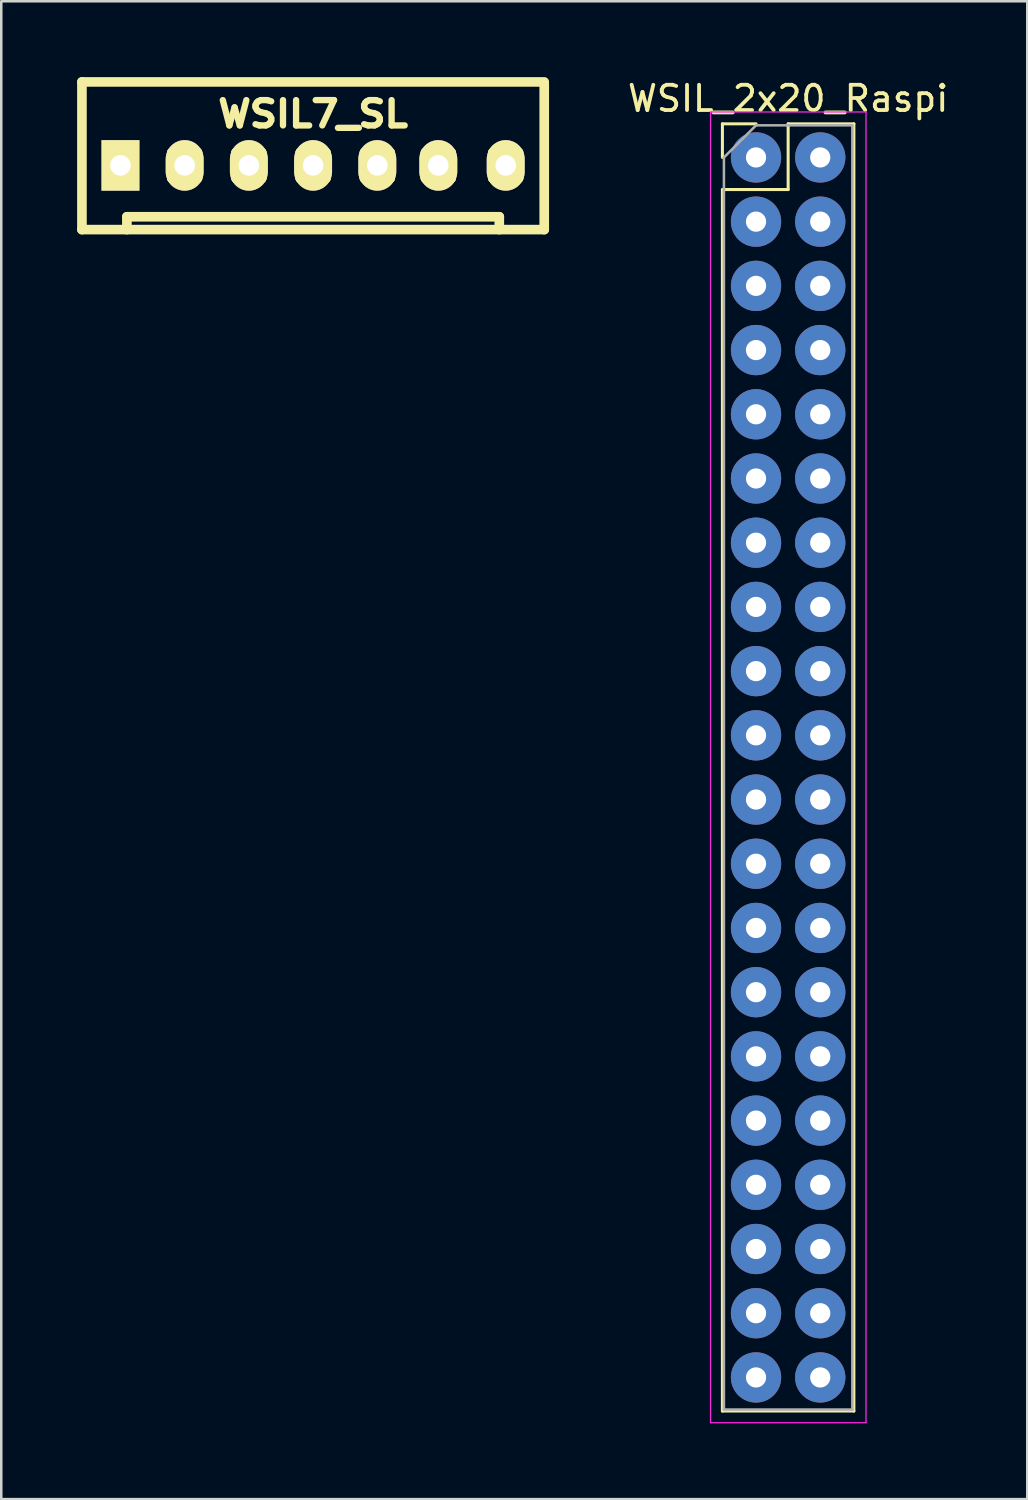
<source format=kicad_pcb>
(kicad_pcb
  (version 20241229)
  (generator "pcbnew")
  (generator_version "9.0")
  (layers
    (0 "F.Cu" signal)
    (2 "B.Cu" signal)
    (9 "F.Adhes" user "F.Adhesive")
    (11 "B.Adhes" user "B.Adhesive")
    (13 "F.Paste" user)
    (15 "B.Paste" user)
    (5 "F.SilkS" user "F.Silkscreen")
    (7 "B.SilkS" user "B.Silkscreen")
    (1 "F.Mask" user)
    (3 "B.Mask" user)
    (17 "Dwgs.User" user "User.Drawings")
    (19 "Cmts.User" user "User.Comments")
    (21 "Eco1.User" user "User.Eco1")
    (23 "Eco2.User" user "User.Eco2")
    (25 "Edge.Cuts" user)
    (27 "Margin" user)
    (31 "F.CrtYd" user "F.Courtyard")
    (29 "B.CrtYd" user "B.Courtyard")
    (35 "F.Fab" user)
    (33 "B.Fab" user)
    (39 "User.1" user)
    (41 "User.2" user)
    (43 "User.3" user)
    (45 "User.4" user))
  (footprint "WSIL_2x20_Raspi"
    (layer "F.Cu")
    (at 26.857 3.178)
    (property "Reference" "WSIL_2x20_Raspi" (at 1.27 -2.33 0) (layer "F.SilkS") (effects (font (size 1 1) (thickness 0.15))))
    (attr through_hole)
    (fp_line (start -1.33 -1.33) (end 0 -1.33) (stroke (width 0.12) (type solid)) (layer "F.SilkS"))
    (fp_line (start -1.33 0) (end -1.33 -1.33) (stroke (width 0.12) (type solid)) (layer "F.SilkS"))
    (fp_line (start -1.33 1.27) (end -1.33 49.59) (stroke (width 0.12) (type solid)) (layer "F.SilkS"))
    (fp_line (start -1.33 1.27) (end 1.27 1.27) (stroke (width 0.12) (type solid)) (layer "F.SilkS"))
    (fp_line (start -1.33 49.59) (end 3.87 49.59) (stroke (width 0.12) (type solid)) (layer "F.SilkS"))
    (fp_line (start 1.27 -1.33) (end 3.87 -1.33) (stroke (width 0.12) (type solid)) (layer "F.SilkS"))
    (fp_line (start 1.27 1.27) (end 1.27 -1.33) (stroke (width 0.12) (type solid)) (layer "F.SilkS"))
    (fp_line (start 3.87 -1.33) (end 3.87 49.59) (stroke (width 0.12) (type solid)) (layer "F.SilkS"))
    (fp_line (start -1.8 -1.8) (end -1.8 50.05) (stroke (width 0.05) (type solid)) (layer "F.CrtYd"))
    (fp_line (start -1.8 50.05) (end 4.35 50.05) (stroke (width 0.05) (type solid)) (layer "F.CrtYd"))
    (fp_line (start 4.35 -1.8) (end -1.8 -1.8) (stroke (width 0.05) (type solid)) (layer "F.CrtYd"))
    (fp_line (start 4.35 50.05) (end 4.35 -1.8) (stroke (width 0.05) (type solid)) (layer "F.CrtYd"))
    (fp_line (start -1.27 0) (end 0 -1.27) (stroke (width 0.1) (type solid)) (layer "F.Fab"))
    (fp_line (start -1.27 49.53) (end -1.27 0) (stroke (width 0.1) (type solid)) (layer "F.Fab"))
    (fp_line (start 0 -1.27) (end 3.81 -1.27) (stroke (width 0.1) (type solid)) (layer "F.Fab"))
    (fp_line (start 3.81 -1.27) (end 3.81 49.53) (stroke (width 0.1) (type solid)) (layer "F.Fab"))
    (fp_line (start 3.81 49.53) (end -1.27 49.53) (stroke (width 0.1) (type solid)) (layer "F.Fab"))
    (pad "1" thru_hole circle (at 0 0) (size 1.99 1.99) (drill 0.8) (layers "*.Cu" "*.Mask"))
    (pad "2" thru_hole circle (at 2.54 0) (size 1.99 1.99) (drill 0.8) (layers "*.Cu" "*.Mask"))
    (pad "3" thru_hole circle (at 0 2.54) (size 1.99 1.99) (drill 0.8) (layers "*.Cu" "*.Mask"))
    (pad "4" thru_hole circle (at 2.54 2.54) (size 1.99 1.99) (drill 0.8) (layers "*.Cu" "*.Mask"))
    (pad "5" thru_hole circle (at 0 5.08) (size 1.99 1.99) (drill 0.8) (layers "*.Cu" "*.Mask"))
    (pad "6" thru_hole circle (at 2.54 5.08) (size 1.99 1.99) (drill 0.8) (layers "*.Cu" "*.Mask"))
    (pad "7" thru_hole circle (at 0 7.62) (size 1.99 1.99) (drill 0.8) (layers "*.Cu" "*.Mask"))
    (pad "8" thru_hole circle (at 2.54 7.62) (size 1.99 1.99) (drill 0.8) (layers "*.Cu" "*.Mask"))
    (pad "9" thru_hole circle (at 0 10.16) (size 1.99 1.99) (drill 0.8) (layers "*.Cu" "*.Mask"))
    (pad "10" thru_hole circle (at 2.54 10.16) (size 1.99 1.99) (drill 0.8) (layers "*.Cu" "*.Mask"))
    (pad "11" thru_hole circle (at 0 12.7) (size 1.99 1.99) (drill 0.8) (layers "*.Cu" "*.Mask"))
    (pad "12" thru_hole circle (at 2.54 12.7) (size 1.99 1.99) (drill 0.8) (layers "*.Cu" "*.Mask"))
    (pad "13" thru_hole circle (at 0 15.24) (size 1.99 1.99) (drill 0.8) (layers "*.Cu" "*.Mask"))
    (pad "14" thru_hole circle (at 2.54 15.24) (size 1.99 1.99) (drill 0.8) (layers "*.Cu" "*.Mask"))
    (pad "15" thru_hole circle (at 0 17.78) (size 1.99 1.99) (drill 0.8) (layers "*.Cu" "*.Mask"))
    (pad "16" thru_hole circle (at 2.54 17.78) (size 1.99 1.99) (drill 0.8) (layers "*.Cu" "*.Mask"))
    (pad "17" thru_hole circle (at 0 20.32) (size 1.99 1.99) (drill 0.8) (layers "*.Cu" "*.Mask"))
    (pad "18" thru_hole circle (at 2.54 20.32) (size 1.99 1.99) (drill 0.8) (layers "*.Cu" "*.Mask"))
    (pad "19" thru_hole circle (at 0 22.86) (size 1.99 1.99) (drill 0.8) (layers "*.Cu" "*.Mask"))
    (pad "20" thru_hole circle (at 2.54 22.86) (size 1.99 1.99) (drill 0.8) (layers "*.Cu" "*.Mask"))
    (pad "21" thru_hole circle (at 0 25.4) (size 1.99 1.99) (drill 0.8) (layers "*.Cu" "*.Mask"))
    (pad "22" thru_hole circle (at 2.54 25.4) (size 1.99 1.99) (drill 0.8) (layers "*.Cu" "*.Mask"))
    (pad "23" thru_hole circle (at 0 27.94) (size 1.99 1.99) (drill 0.8) (layers "*.Cu" "*.Mask"))
    (pad "24" thru_hole circle (at 2.54 27.94) (size 1.99 1.99) (drill 0.8) (layers "*.Cu" "*.Mask"))
    (pad "25" thru_hole circle (at 0 30.48) (size 1.99 1.99) (drill 0.8) (layers "*.Cu" "*.Mask"))
    (pad "26" thru_hole circle (at 2.54 30.48) (size 1.99 1.99) (drill 0.8) (layers "*.Cu" "*.Mask"))
    (pad "27" thru_hole circle (at 0 33.02) (size 1.99 1.99) (drill 0.8) (layers "*.Cu" "*.Mask"))
    (pad "28" thru_hole circle (at 2.54 33.02) (size 1.99 1.99) (drill 0.8) (layers "*.Cu" "*.Mask"))
    (pad "29" thru_hole circle (at 0 35.56) (size 1.99 1.99) (drill 0.8) (layers "*.Cu" "*.Mask"))
    (pad "30" thru_hole circle (at 2.54 35.56) (size 1.99 1.99) (drill 0.8) (layers "*.Cu" "*.Mask"))
    (pad "31" thru_hole circle (at 0 38.1) (size 1.99 1.99) (drill 0.8) (layers "*.Cu" "*.Mask"))
    (pad "32" thru_hole circle (at 2.54 38.1) (size 1.99 1.99) (drill 0.8) (layers "*.Cu" "*.Mask"))
    (pad "33" thru_hole circle (at 0 40.64) (size 1.99 1.99) (drill 0.8) (layers "*.Cu" "*.Mask"))
    (pad "34" thru_hole circle (at 2.54 40.64) (size 1.99 1.99) (drill 0.8) (layers "*.Cu" "*.Mask"))
    (pad "35" thru_hole circle (at 0 43.18) (size 1.99 1.99) (drill 0.8) (layers "*.Cu" "*.Mask"))
    (pad "36" thru_hole circle (at 2.54 43.18) (size 1.99 1.99) (drill 0.8) (layers "*.Cu" "*.Mask"))
    (pad "37" thru_hole circle (at 0 45.72) (size 1.99 1.99) (drill 0.8) (layers "*.Cu" "*.Mask"))
    (pad "38" thru_hole circle (at 2.54 45.72) (size 1.99 1.99) (drill 0.8) (layers "*.Cu" "*.Mask"))
    (pad "39" thru_hole circle (at 0 48.26) (size 1.99 1.99) (drill 0.8) (layers "*.Cu" "*.Mask"))
    (pad "40" thru_hole circle (at 2.54 48.26) (size 1.99 1.99) (drill 0.8) (layers "*.Cu" "*.Mask")))
  (footprint "WSIL7_SL"
    (layer "F.Cu")
    (at 9.335 3.493)
    (property "Reference" "WSIL7_SL" (at 0 -2.032 0) (layer "F.SilkS") (effects (font (size 1.001 1.087) (thickness 0.25))))
    (attr through_hole)
    (fp_line (start -9.144 -3.302) (end 9.144 -3.302) (stroke (width 0.381) (type solid)) (layer "F.SilkS"))
    (fp_line (start -9.144 2.54) (end -9.144 -3.302) (stroke (width 0.381) (type solid)) (layer "F.SilkS"))
    (fp_line (start -8.128 -0.508) (end -8.128 0.508) (stroke (width 0.381) (type solid)) (layer "F.SilkS"))
    (fp_line (start -8.128 0.508) (end -7.112 0.508) (stroke (width 0.381) (type solid)) (layer "F.SilkS"))
    (fp_line (start -7.366 2.032) (end 7.366 2.032) (stroke (width 0.381) (type solid)) (layer "F.SilkS"))
    (fp_line (start -7.366 2.54) (end -7.366 2.032) (stroke (width 0.381) (type solid)) (layer "F.SilkS"))
    (fp_line (start -7.112 -0.508) (end -8.128 -0.508) (stroke (width 0.381) (type solid)) (layer "F.SilkS"))
    (fp_line (start -7.112 0.508) (end -7.112 -0.508) (stroke (width 0.381) (type solid)) (layer "F.SilkS"))
    (fp_line (start -5.588 -0.508) (end -5.588 0.508) (stroke (width 0.381) (type solid)) (layer "F.SilkS"))
    (fp_line (start -5.588 -0.508) (end -4.572 -0.508) (stroke (width 0.381) (type solid)) (layer "F.SilkS"))
    (fp_line (start -4.572 -0.508) (end -4.572 0.508) (stroke (width 0.381) (type solid)) (layer "F.SilkS"))
    (fp_line (start -4.572 0.508) (end -5.588 0.508) (stroke (width 0.381) (type solid)) (layer "F.SilkS"))
    (fp_line (start -3.048 -0.508) (end -3.048 0.508) (stroke (width 0.381) (type solid)) (layer "F.SilkS"))
    (fp_line (start -3.048 0.508) (end -2.032 0.508) (stroke (width 0.381) (type solid)) (layer "F.SilkS"))
    (fp_line (start -2.032 -0.508) (end -3.048 -0.508) (stroke (width 0.381) (type solid)) (layer "F.SilkS"))
    (fp_line (start -2.032 0.508) (end -2.032 -0.508) (stroke (width 0.381) (type solid)) (layer "F.SilkS"))
    (fp_line (start -0.508 -0.508) (end -0.508 0.508) (stroke (width 0.381) (type solid)) (layer "F.SilkS"))
    (fp_line (start -0.508 0.508) (end 0.508 0.508) (stroke (width 0.381) (type solid)) (layer "F.SilkS"))
    (fp_line (start 0.508 -0.508) (end -0.508 -0.508) (stroke (width 0.381) (type solid)) (layer "F.SilkS"))
    (fp_line (start 0.508 0.508) (end 0.508 -0.508) (stroke (width 0.381) (type solid)) (layer "F.SilkS"))
    (fp_line (start 2.032 -0.508) (end 3.048 -0.508) (stroke (width 0.381) (type solid)) (layer "F.SilkS"))
    (fp_line (start 2.032 0.508) (end 2.032 -0.508) (stroke (width 0.381) (type solid)) (layer "F.SilkS"))
    (fp_line (start 3.048 -0.508) (end 3.048 0.508) (stroke (width 0.381) (type solid)) (layer "F.SilkS"))
    (fp_line (start 3.048 0.508) (end 2.032 0.508) (stroke (width 0.381) (type solid)) (layer "F.SilkS"))
    (fp_line (start 4.445 -0.508) (end 4.445 0.508) (stroke (width 0.381) (type solid)) (layer "F.SilkS"))
    (fp_line (start 4.445 0.508) (end 5.461 0.508) (stroke (width 0.381) (type solid)) (layer "F.SilkS"))
    (fp_line (start 5.461 -0.508) (end 4.445 -0.508) (stroke (width 0.381) (type solid)) (layer "F.SilkS"))
    (fp_line (start 5.461 0.508) (end 5.461 -0.508) (stroke (width 0.381) (type solid)) (layer "F.SilkS"))
    (fp_line (start 7.112 -0.508) (end 7.112 0.508) (stroke (width 0.381) (type solid)) (layer "F.SilkS"))
    (fp_line (start 7.112 0.508) (end 8.128 0.508) (stroke (width 0.381) (type solid)) (layer "F.SilkS"))
    (fp_line (start 7.366 2.032) (end 7.366 2.54) (stroke (width 0.381) (type solid)) (layer "F.SilkS"))
    (fp_line (start 8.128 -0.508) (end 7.112 -0.508) (stroke (width 0.381) (type solid)) (layer "F.SilkS"))
    (fp_line (start 8.128 0.508) (end 8.128 -0.508) (stroke (width 0.381) (type solid)) (layer "F.SilkS"))
    (fp_line (start 9.144 -3.2) (end 9.144 2.54) (stroke (width 0.381) (type solid)) (layer "F.SilkS"))
    (fp_line (start 9.144 2.54) (end -9.144 2.54) (stroke (width 0.381) (type solid)) (layer "F.SilkS"))
    (pad "1" thru_hole rect (at -7.62 0) (size 1.5 1.999) (drill 0.813) (layers "*.Cu" "*.Mask" "F.SilkS"))
    (pad "2" thru_hole oval (at -5.08 0) (size 1.5 1.999) (drill 0.813) (layers "*.Cu" "*.Mask" "F.SilkS"))
    (pad "3" thru_hole oval (at -2.54 0) (size 1.5 1.999) (drill 0.813) (layers "*.Cu" "*.Mask" "F.SilkS"))
    (pad "4" thru_hole oval (at 0 0) (size 1.5 1.999) (drill 0.813) (layers "*.Cu" "*.Mask" "F.SilkS"))
    (pad "5" thru_hole oval (at 2.54 0) (size 1.5 1.999) (drill 0.813) (layers "*.Cu" "*.Mask" "F.SilkS"))
    (pad "6" thru_hole oval (at 4.953 0) (size 1.5 1.999) (drill 0.813) (layers "*.Cu" "*.Mask" "F.SilkS"))
    (pad "7" thru_hole oval (at 7.62 0) (size 1.5 1.999) (drill 0.813) (layers "*.Cu" "*.Mask" "F.SilkS")))
  (gr_rect
    (start -3 -3)
    (end 37.586 56.253)
    (stroke (width 0.1) (type default))
    (fill no)
    (layer "Edge.Cuts")))
</source>
